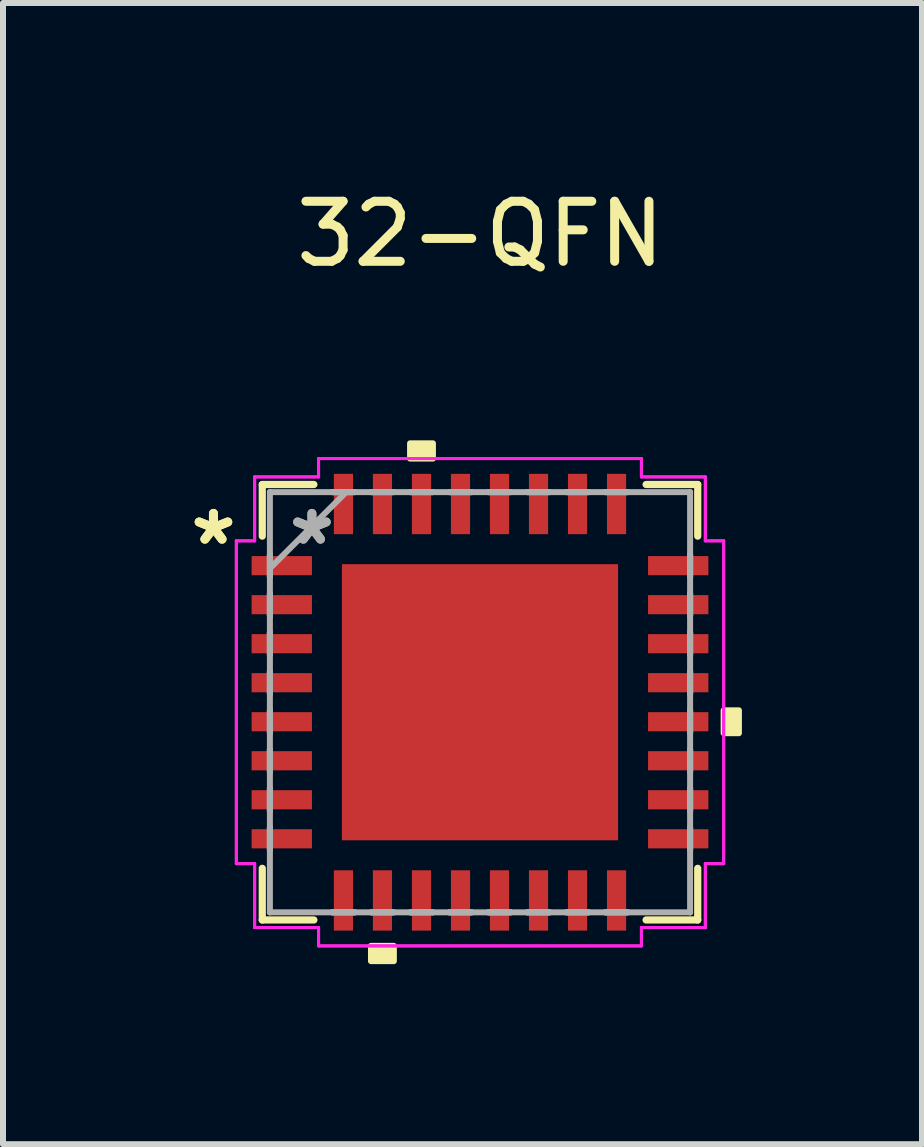
<source format=kicad_pcb>
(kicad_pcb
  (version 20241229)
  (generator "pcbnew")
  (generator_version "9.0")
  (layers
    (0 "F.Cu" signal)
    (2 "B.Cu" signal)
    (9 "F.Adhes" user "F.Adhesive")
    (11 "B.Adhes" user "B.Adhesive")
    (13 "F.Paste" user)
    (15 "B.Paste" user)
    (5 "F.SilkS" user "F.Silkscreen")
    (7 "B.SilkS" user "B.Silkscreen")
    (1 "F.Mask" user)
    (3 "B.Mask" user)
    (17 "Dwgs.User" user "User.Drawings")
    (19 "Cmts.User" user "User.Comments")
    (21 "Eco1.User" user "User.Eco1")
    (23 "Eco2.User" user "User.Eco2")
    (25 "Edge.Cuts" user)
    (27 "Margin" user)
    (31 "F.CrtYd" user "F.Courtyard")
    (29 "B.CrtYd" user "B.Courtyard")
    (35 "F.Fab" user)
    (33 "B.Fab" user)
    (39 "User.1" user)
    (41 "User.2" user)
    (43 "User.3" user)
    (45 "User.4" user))
  (footprint "32-QFN"
    (layer "F.Cu")
    (at 4.946 8.648)
    (property "Reference" "32-QFN" (at 0.005 -7.8 0) (layer "F.SilkS") (effects (font (size 1 1) (thickness 0.15))))
    (attr through_hole)
    (fp_line (start -3.627 -3.627) (end -3.627 -2.767) (stroke (width 0.12) (type solid)) (layer "F.SilkS"))
    (fp_line (start -3.627 2.767) (end -3.627 3.627) (stroke (width 0.12) (type solid)) (layer "F.SilkS"))
    (fp_line (start -3.627 3.627) (end -2.767 3.627) (stroke (width 0.12) (type solid)) (layer "F.SilkS"))
    (fp_line (start -2.767 -3.627) (end -3.627 -3.627) (stroke (width 0.12) (type solid)) (layer "F.SilkS"))
    (fp_line (start 2.767 3.627) (end 3.627 3.627) (stroke (width 0.12) (type solid)) (layer "F.SilkS"))
    (fp_line (start 3.627 -3.627) (end 2.767 -3.627) (stroke (width 0.12) (type solid)) (layer "F.SilkS"))
    (fp_line (start 3.627 -2.767) (end 3.627 -3.627) (stroke (width 0.12) (type solid)) (layer "F.SilkS"))
    (fp_line (start 3.627 3.627) (end 3.627 2.767) (stroke (width 0.12) (type solid)) (layer "F.SilkS"))
    (fp_poly (pts (xy -1.816 4.059) (xy -1.816 4.313) (xy -1.435 4.313) (xy -1.435 4.059)) (stroke (width 0.1) (type solid)) (fill yes) (layer "F.SilkS"))
    (fp_poly (pts (xy -1.165 -4.059) (xy -1.165 -4.313) (xy -0.784 -4.313) (xy -0.784 -4.059)) (stroke (width 0.1) (type solid)) (fill yes) (layer "F.SilkS"))
    (fp_poly (pts (xy 4.313 0.135) (xy 4.313 0.516) (xy 4.059 0.516) (xy 4.059 0.135)) (stroke (width 0.1) (type solid)) (fill yes) (layer "F.SilkS"))
    (fp_poly (pts (xy -2.2 -2.2) (xy -2.2 -0.867) (xy -0.867 -0.867) (xy -0.867 -2.2)) (stroke (width 0.1) (type solid)) (fill yes) (layer "F.Paste"))
    (fp_poly (pts (xy -2.2 -0.667) (xy -2.2 0.667) (xy -0.867 0.667) (xy -0.867 -0.667)) (stroke (width 0.1) (type solid)) (fill yes) (layer "F.Paste"))
    (fp_poly (pts (xy -2.2 0.867) (xy -2.2 2.2) (xy -0.867 2.2) (xy -0.867 0.867)) (stroke (width 0.1) (type solid)) (fill yes) (layer "F.Paste"))
    (fp_poly (pts (xy -0.667 -2.2) (xy -0.667 -0.867) (xy 0.667 -0.867) (xy 0.667 -2.2)) (stroke (width 0.1) (type solid)) (fill yes) (layer "F.Paste"))
    (fp_poly (pts (xy -0.667 -0.667) (xy -0.667 0.667) (xy 0.667 0.667) (xy 0.667 -0.667)) (stroke (width 0.1) (type solid)) (fill yes) (layer "F.Paste"))
    (fp_poly (pts (xy -0.667 0.867) (xy -0.667 2.2) (xy 0.667 2.2) (xy 0.667 0.867)) (stroke (width 0.1) (type solid)) (fill yes) (layer "F.Paste"))
    (fp_poly (pts (xy 0.867 -2.2) (xy 0.867 -0.867) (xy 2.2 -0.867) (xy 2.2 -2.2)) (stroke (width 0.1) (type solid)) (fill yes) (layer "F.Paste"))
    (fp_poly (pts (xy 0.867 -0.667) (xy 0.867 0.667) (xy 2.2 0.667) (xy 2.2 -0.667)) (stroke (width 0.1) (type solid)) (fill yes) (layer "F.Paste"))
    (fp_poly (pts (xy 0.867 0.867) (xy 0.867 2.2) (xy 2.2 2.2) (xy 2.2 0.867)) (stroke (width 0.1) (type solid)) (fill yes) (layer "F.Paste"))
    (fp_line (start -4.059 -2.689) (end -3.754 -2.689) (stroke (width 0.05) (type solid)) (layer "F.CrtYd"))
    (fp_line (start -4.059 -2.689) (end -3.754 -2.689) (stroke (width 0.05) (type solid)) (layer "F.CrtYd"))
    (fp_line (start -4.059 2.689) (end -4.059 -2.689) (stroke (width 0.05) (type solid)) (layer "F.CrtYd"))
    (fp_line (start -4.059 2.689) (end -4.059 -2.689) (stroke (width 0.05) (type solid)) (layer "F.CrtYd"))
    (fp_line (start -3.754 -3.754) (end -2.689 -3.754) (stroke (width 0.05) (type solid)) (layer "F.CrtYd"))
    (fp_line (start -3.754 -3.754) (end -2.689 -3.754) (stroke (width 0.05) (type solid)) (layer "F.CrtYd"))
    (fp_line (start -3.754 -2.689) (end -3.754 -3.754) (stroke (width 0.05) (type solid)) (layer "F.CrtYd"))
    (fp_line (start -3.754 -2.689) (end -3.754 -3.754) (stroke (width 0.05) (type solid)) (layer "F.CrtYd"))
    (fp_line (start -3.754 2.689) (end -4.059 2.689) (stroke (width 0.05) (type solid)) (layer "F.CrtYd"))
    (fp_line (start -3.754 2.689) (end -4.059 2.689) (stroke (width 0.05) (type solid)) (layer "F.CrtYd"))
    (fp_line (start -3.754 3.754) (end -3.754 2.689) (stroke (width 0.05) (type solid)) (layer "F.CrtYd"))
    (fp_line (start -3.754 3.754) (end -3.754 2.689) (stroke (width 0.05) (type solid)) (layer "F.CrtYd"))
    (fp_line (start -2.689 -4.059) (end 2.689 -4.059) (stroke (width 0.05) (type solid)) (layer "F.CrtYd"))
    (fp_line (start -2.689 -4.059) (end 2.689 -4.059) (stroke (width 0.05) (type solid)) (layer "F.CrtYd"))
    (fp_line (start -2.689 -3.754) (end -2.689 -4.059) (stroke (width 0.05) (type solid)) (layer "F.CrtYd"))
    (fp_line (start -2.689 -3.754) (end -2.689 -4.059) (stroke (width 0.05) (type solid)) (layer "F.CrtYd"))
    (fp_line (start -2.689 3.754) (end -3.754 3.754) (stroke (width 0.05) (type solid)) (layer "F.CrtYd"))
    (fp_line (start -2.689 3.754) (end -3.754 3.754) (stroke (width 0.05) (type solid)) (layer "F.CrtYd"))
    (fp_line (start -2.689 4.059) (end -2.689 3.754) (stroke (width 0.05) (type solid)) (layer "F.CrtYd"))
    (fp_line (start -2.689 4.059) (end -2.689 3.754) (stroke (width 0.05) (type solid)) (layer "F.CrtYd"))
    (fp_line (start 2.689 -4.059) (end 2.689 -3.754) (stroke (width 0.05) (type solid)) (layer "F.CrtYd"))
    (fp_line (start 2.689 -4.059) (end 2.689 -3.754) (stroke (width 0.05) (type solid)) (layer "F.CrtYd"))
    (fp_line (start 2.689 -3.754) (end 3.754 -3.754) (stroke (width 0.05) (type solid)) (layer "F.CrtYd"))
    (fp_line (start 2.689 -3.754) (end 3.754 -3.754) (stroke (width 0.05) (type solid)) (layer "F.CrtYd"))
    (fp_line (start 2.689 3.754) (end 2.689 4.059) (stroke (width 0.05) (type solid)) (layer "F.CrtYd"))
    (fp_line (start 2.689 3.754) (end 2.689 4.059) (stroke (width 0.05) (type solid)) (layer "F.CrtYd"))
    (fp_line (start 2.689 4.059) (end -2.689 4.059) (stroke (width 0.05) (type solid)) (layer "F.CrtYd"))
    (fp_line (start 2.689 4.059) (end -2.689 4.059) (stroke (width 0.05) (type solid)) (layer "F.CrtYd"))
    (fp_line (start 3.754 -3.754) (end 3.754 -2.689) (stroke (width 0.05) (type solid)) (layer "F.CrtYd"))
    (fp_line (start 3.754 -3.754) (end 3.754 -2.689) (stroke (width 0.05) (type solid)) (layer "F.CrtYd"))
    (fp_line (start 3.754 -2.689) (end 4.059 -2.689) (stroke (width 0.05) (type solid)) (layer "F.CrtYd"))
    (fp_line (start 3.754 -2.689) (end 4.059 -2.689) (stroke (width 0.05) (type solid)) (layer "F.CrtYd"))
    (fp_line (start 3.754 2.689) (end 3.754 3.754) (stroke (width 0.05) (type solid)) (layer "F.CrtYd"))
    (fp_line (start 3.754 2.689) (end 3.754 3.754) (stroke (width 0.05) (type solid)) (layer "F.CrtYd"))
    (fp_line (start 3.754 3.754) (end 2.689 3.754) (stroke (width 0.05) (type solid)) (layer "F.CrtYd"))
    (fp_line (start 3.754 3.754) (end 2.689 3.754) (stroke (width 0.05) (type solid)) (layer "F.CrtYd"))
    (fp_line (start 4.059 -2.689) (end 4.059 2.689) (stroke (width 0.05) (type solid)) (layer "F.CrtYd"))
    (fp_line (start 4.059 -2.689) (end 4.059 2.689) (stroke (width 0.05) (type solid)) (layer "F.CrtYd"))
    (fp_line (start 4.059 2.689) (end 3.754 2.689) (stroke (width 0.05) (type solid)) (layer "F.CrtYd"))
    (fp_line (start 4.059 2.689) (end 3.754 2.689) (stroke (width 0.05) (type solid)) (layer "F.CrtYd"))
    (fp_line (start -3.5 -3.5) (end -3.5 -3.5) (stroke (width 0.1) (type solid)) (layer "F.Fab"))
    (fp_line (start -3.5 -3.5) (end -3.5 3.5) (stroke (width 0.1) (type solid)) (layer "F.Fab"))
    (fp_line (start -3.5 -2.46) (end -3.5 -2.46) (stroke (width 0.1) (type solid)) (layer "F.Fab"))
    (fp_line (start -3.5 -2.46) (end -3.5 -2.09) (stroke (width 0.1) (type solid)) (layer "F.Fab"))
    (fp_line (start -3.5 -2.23) (end -2.23 -3.5) (stroke (width 0.1) (type solid)) (layer "F.Fab"))
    (fp_line (start -3.5 -2.09) (end -3.5 -2.46) (stroke (width 0.1) (type solid)) (layer "F.Fab"))
    (fp_line (start -3.5 -2.09) (end -3.5 -2.09) (stroke (width 0.1) (type solid)) (layer "F.Fab"))
    (fp_line (start -3.5 -1.81) (end -3.5 -1.81) (stroke (width 0.1) (type solid)) (layer "F.Fab"))
    (fp_line (start -3.5 -1.81) (end -3.5 -1.44) (stroke (width 0.1) (type solid)) (layer "F.Fab"))
    (fp_line (start -3.5 -1.44) (end -3.5 -1.81) (stroke (width 0.1) (type solid)) (layer "F.Fab"))
    (fp_line (start -3.5 -1.44) (end -3.5 -1.44) (stroke (width 0.1) (type solid)) (layer "F.Fab"))
    (fp_line (start -3.5 -1.16) (end -3.5 -1.16) (stroke (width 0.1) (type solid)) (layer "F.Fab"))
    (fp_line (start -3.5 -1.16) (end -3.5 -0.79) (stroke (width 0.1) (type solid)) (layer "F.Fab"))
    (fp_line (start -3.5 -0.79) (end -3.5 -1.16) (stroke (width 0.1) (type solid)) (layer "F.Fab"))
    (fp_line (start -3.5 -0.79) (end -3.5 -0.79) (stroke (width 0.1) (type solid)) (layer "F.Fab"))
    (fp_line (start -3.5 -0.51) (end -3.5 -0.51) (stroke (width 0.1) (type solid)) (layer "F.Fab"))
    (fp_line (start -3.5 -0.51) (end -3.5 -0.14) (stroke (width 0.1) (type solid)) (layer "F.Fab"))
    (fp_line (start -3.5 -0.14) (end -3.5 -0.51) (stroke (width 0.1) (type solid)) (layer "F.Fab"))
    (fp_line (start -3.5 -0.14) (end -3.5 -0.14) (stroke (width 0.1) (type solid)) (layer "F.Fab"))
    (fp_line (start -3.5 0.14) (end -3.5 0.14) (stroke (width 0.1) (type solid)) (layer "F.Fab"))
    (fp_line (start -3.5 0.14) (end -3.5 0.51) (stroke (width 0.1) (type solid)) (layer "F.Fab"))
    (fp_line (start -3.5 0.51) (end -3.5 0.14) (stroke (width 0.1) (type solid)) (layer "F.Fab"))
    (fp_line (start -3.5 0.51) (end -3.5 0.51) (stroke (width 0.1) (type solid)) (layer "F.Fab"))
    (fp_line (start -3.5 0.79) (end -3.5 0.79) (stroke (width 0.1) (type solid)) (layer "F.Fab"))
    (fp_line (start -3.5 0.79) (end -3.5 1.16) (stroke (width 0.1) (type solid)) (layer "F.Fab"))
    (fp_line (start -3.5 1.16) (end -3.5 0.79) (stroke (width 0.1) (type solid)) (layer "F.Fab"))
    (fp_line (start -3.5 1.16) (end -3.5 1.16) (stroke (width 0.1) (type solid)) (layer "F.Fab"))
    (fp_line (start -3.5 1.44) (end -3.5 1.44) (stroke (width 0.1) (type solid)) (layer "F.Fab"))
    (fp_line (start -3.5 1.44) (end -3.5 1.81) (stroke (width 0.1) (type solid)) (layer "F.Fab"))
    (fp_line (start -3.5 1.81) (end -3.5 1.44) (stroke (width 0.1) (type solid)) (layer "F.Fab"))
    (fp_line (start -3.5 1.81) (end -3.5 1.81) (stroke (width 0.1) (type solid)) (layer "F.Fab"))
    (fp_line (start -3.5 2.09) (end -3.5 2.09) (stroke (width 0.1) (type solid)) (layer "F.Fab"))
    (fp_line (start -3.5 2.09) (end -3.5 2.46) (stroke (width 0.1) (type solid)) (layer "F.Fab"))
    (fp_line (start -3.5 2.46) (end -3.5 2.09) (stroke (width 0.1) (type solid)) (layer "F.Fab"))
    (fp_line (start -3.5 2.46) (end -3.5 2.46) (stroke (width 0.1) (type solid)) (layer "F.Fab"))
    (fp_line (start -3.5 3.5) (end -3.5 3.5) (stroke (width 0.1) (type solid)) (layer "F.Fab"))
    (fp_line (start -3.5 3.5) (end 3.5 3.5) (stroke (width 0.1) (type solid)) (layer "F.Fab"))
    (fp_line (start -2.46 -3.5) (end -2.46 -3.5) (stroke (width 0.1) (type solid)) (layer "F.Fab"))
    (fp_line (start -2.46 -3.5) (end -2.09 -3.5) (stroke (width 0.1) (type solid)) (layer "F.Fab"))
    (fp_line (start -2.46 3.5) (end -2.46 3.5) (stroke (width 0.1) (type solid)) (layer "F.Fab"))
    (fp_line (start -2.46 3.5) (end -2.09 3.5) (stroke (width 0.1) (type solid)) (layer "F.Fab"))
    (fp_line (start -2.09 -3.5) (end -2.46 -3.5) (stroke (width 0.1) (type solid)) (layer "F.Fab"))
    (fp_line (start -2.09 -3.5) (end -2.09 -3.5) (stroke (width 0.1) (type solid)) (layer "F.Fab"))
    (fp_line (start -2.09 3.5) (end -2.46 3.5) (stroke (width 0.1) (type solid)) (layer "F.Fab"))
    (fp_line (start -2.09 3.5) (end -2.09 3.5) (stroke (width 0.1) (type solid)) (layer "F.Fab"))
    (fp_line (start -1.81 -3.5) (end -1.81 -3.5) (stroke (width 0.1) (type solid)) (layer "F.Fab"))
    (fp_line (start -1.81 -3.5) (end -1.44 -3.5) (stroke (width 0.1) (type solid)) (layer "F.Fab"))
    (fp_line (start -1.81 3.5) (end -1.81 3.5) (stroke (width 0.1) (type solid)) (layer "F.Fab"))
    (fp_line (start -1.81 3.5) (end -1.44 3.5) (stroke (width 0.1) (type solid)) (layer "F.Fab"))
    (fp_line (start -1.44 -3.5) (end -1.81 -3.5) (stroke (width 0.1) (type solid)) (layer "F.Fab"))
    (fp_line (start -1.44 -3.5) (end -1.44 -3.5) (stroke (width 0.1) (type solid)) (layer "F.Fab"))
    (fp_line (start -1.44 3.5) (end -1.81 3.5) (stroke (width 0.1) (type solid)) (layer "F.Fab"))
    (fp_line (start -1.44 3.5) (end -1.44 3.5) (stroke (width 0.1) (type solid)) (layer "F.Fab"))
    (fp_line (start -1.16 -3.5) (end -1.16 -3.5) (stroke (width 0.1) (type solid)) (layer "F.Fab"))
    (fp_line (start -1.16 -3.5) (end -0.79 -3.5) (stroke (width 0.1) (type solid)) (layer "F.Fab"))
    (fp_line (start -1.16 3.5) (end -1.16 3.5) (stroke (width 0.1) (type solid)) (layer "F.Fab"))
    (fp_line (start -1.16 3.5) (end -0.79 3.5) (stroke (width 0.1) (type solid)) (layer "F.Fab"))
    (fp_line (start -0.79 -3.5) (end -1.16 -3.5) (stroke (width 0.1) (type solid)) (layer "F.Fab"))
    (fp_line (start -0.79 -3.5) (end -0.79 -3.5) (stroke (width 0.1) (type solid)) (layer "F.Fab"))
    (fp_line (start -0.79 3.5) (end -1.16 3.5) (stroke (width 0.1) (type solid)) (layer "F.Fab"))
    (fp_line (start -0.79 3.5) (end -0.79 3.5) (stroke (width 0.1) (type solid)) (layer "F.Fab"))
    (fp_line (start -0.51 -3.5) (end -0.51 -3.5) (stroke (width 0.1) (type solid)) (layer "F.Fab"))
    (fp_line (start -0.51 -3.5) (end -0.14 -3.5) (stroke (width 0.1) (type solid)) (layer "F.Fab"))
    (fp_line (start -0.51 3.5) (end -0.51 3.5) (stroke (width 0.1) (type solid)) (layer "F.Fab"))
    (fp_line (start -0.51 3.5) (end -0.14 3.5) (stroke (width 0.1) (type solid)) (layer "F.Fab"))
    (fp_line (start -0.14 -3.5) (end -0.51 -3.5) (stroke (width 0.1) (type solid)) (layer "F.Fab"))
    (fp_line (start -0.14 -3.5) (end -0.14 -3.5) (stroke (width 0.1) (type solid)) (layer "F.Fab"))
    (fp_line (start -0.14 3.5) (end -0.51 3.5) (stroke (width 0.1) (type solid)) (layer "F.Fab"))
    (fp_line (start -0.14 3.5) (end -0.14 3.5) (stroke (width 0.1) (type solid)) (layer "F.Fab"))
    (fp_line (start 0.14 -3.5) (end 0.14 -3.5) (stroke (width 0.1) (type solid)) (layer "F.Fab"))
    (fp_line (start 0.14 -3.5) (end 0.51 -3.5) (stroke (width 0.1) (type solid)) (layer "F.Fab"))
    (fp_line (start 0.14 3.5) (end 0.14 3.5) (stroke (width 0.1) (type solid)) (layer "F.Fab"))
    (fp_line (start 0.14 3.5) (end 0.51 3.5) (stroke (width 0.1) (type solid)) (layer "F.Fab"))
    (fp_line (start 0.51 -3.5) (end 0.14 -3.5) (stroke (width 0.1) (type solid)) (layer "F.Fab"))
    (fp_line (start 0.51 -3.5) (end 0.51 -3.5) (stroke (width 0.1) (type solid)) (layer "F.Fab"))
    (fp_line (start 0.51 3.5) (end 0.14 3.5) (stroke (width 0.1) (type solid)) (layer "F.Fab"))
    (fp_line (start 0.51 3.5) (end 0.51 3.5) (stroke (width 0.1) (type solid)) (layer "F.Fab"))
    (fp_line (start 0.79 -3.5) (end 0.79 -3.5) (stroke (width 0.1) (type solid)) (layer "F.Fab"))
    (fp_line (start 0.79 -3.5) (end 1.16 -3.5) (stroke (width 0.1) (type solid)) (layer "F.Fab"))
    (fp_line (start 0.79 3.5) (end 0.79 3.5) (stroke (width 0.1) (type solid)) (layer "F.Fab"))
    (fp_line (start 0.79 3.5) (end 1.16 3.5) (stroke (width 0.1) (type solid)) (layer "F.Fab"))
    (fp_line (start 1.16 -3.5) (end 0.79 -3.5) (stroke (width 0.1) (type solid)) (layer "F.Fab"))
    (fp_line (start 1.16 -3.5) (end 1.16 -3.5) (stroke (width 0.1) (type solid)) (layer "F.Fab"))
    (fp_line (start 1.16 3.5) (end 0.79 3.5) (stroke (width 0.1) (type solid)) (layer "F.Fab"))
    (fp_line (start 1.16 3.5) (end 1.16 3.5) (stroke (width 0.1) (type solid)) (layer "F.Fab"))
    (fp_line (start 1.44 -3.5) (end 1.44 -3.5) (stroke (width 0.1) (type solid)) (layer "F.Fab"))
    (fp_line (start 1.44 -3.5) (end 1.81 -3.5) (stroke (width 0.1) (type solid)) (layer "F.Fab"))
    (fp_line (start 1.44 3.5) (end 1.44 3.5) (stroke (width 0.1) (type solid)) (layer "F.Fab"))
    (fp_line (start 1.44 3.5) (end 1.81 3.5) (stroke (width 0.1) (type solid)) (layer "F.Fab"))
    (fp_line (start 1.81 -3.5) (end 1.44 -3.5) (stroke (width 0.1) (type solid)) (layer "F.Fab"))
    (fp_line (start 1.81 -3.5) (end 1.81 -3.5) (stroke (width 0.1) (type solid)) (layer "F.Fab"))
    (fp_line (start 1.81 3.5) (end 1.44 3.5) (stroke (width 0.1) (type solid)) (layer "F.Fab"))
    (fp_line (start 1.81 3.5) (end 1.81 3.5) (stroke (width 0.1) (type solid)) (layer "F.Fab"))
    (fp_line (start 2.09 -3.5) (end 2.09 -3.5) (stroke (width 0.1) (type solid)) (layer "F.Fab"))
    (fp_line (start 2.09 -3.5) (end 2.46 -3.5) (stroke (width 0.1) (type solid)) (layer "F.Fab"))
    (fp_line (start 2.09 3.5) (end 2.09 3.5) (stroke (width 0.1) (type solid)) (layer "F.Fab"))
    (fp_line (start 2.09 3.5) (end 2.46 3.5) (stroke (width 0.1) (type solid)) (layer "F.Fab"))
    (fp_line (start 2.46 -3.5) (end 2.09 -3.5) (stroke (width 0.1) (type solid)) (layer "F.Fab"))
    (fp_line (start 2.46 -3.5) (end 2.46 -3.5) (stroke (width 0.1) (type solid)) (layer "F.Fab"))
    (fp_line (start 2.46 3.5) (end 2.09 3.5) (stroke (width 0.1) (type solid)) (layer "F.Fab"))
    (fp_line (start 2.46 3.5) (end 2.46 3.5) (stroke (width 0.1) (type solid)) (layer "F.Fab"))
    (fp_line (start 3.5 -3.5) (end -3.5 -3.5) (stroke (width 0.1) (type solid)) (layer "F.Fab"))
    (fp_line (start 3.5 -3.5) (end 3.5 -3.5) (stroke (width 0.1) (type solid)) (layer "F.Fab"))
    (fp_line (start 3.5 -2.46) (end 3.5 -2.46) (stroke (width 0.1) (type solid)) (layer "F.Fab"))
    (fp_line (start 3.5 -2.46) (end 3.5 -2.09) (stroke (width 0.1) (type solid)) (layer "F.Fab"))
    (fp_line (start 3.5 -2.09) (end 3.5 -2.46) (stroke (width 0.1) (type solid)) (layer "F.Fab"))
    (fp_line (start 3.5 -2.09) (end 3.5 -2.09) (stroke (width 0.1) (type solid)) (layer "F.Fab"))
    (fp_line (start 3.5 -1.81) (end 3.5 -1.81) (stroke (width 0.1) (type solid)) (layer "F.Fab"))
    (fp_line (start 3.5 -1.81) (end 3.5 -1.44) (stroke (width 0.1) (type solid)) (layer "F.Fab"))
    (fp_line (start 3.5 -1.44) (end 3.5 -1.81) (stroke (width 0.1) (type solid)) (layer "F.Fab"))
    (fp_line (start 3.5 -1.44) (end 3.5 -1.44) (stroke (width 0.1) (type solid)) (layer "F.Fab"))
    (fp_line (start 3.5 -1.16) (end 3.5 -1.16) (stroke (width 0.1) (type solid)) (layer "F.Fab"))
    (fp_line (start 3.5 -1.16) (end 3.5 -0.79) (stroke (width 0.1) (type solid)) (layer "F.Fab"))
    (fp_line (start 3.5 -0.79) (end 3.5 -1.16) (stroke (width 0.1) (type solid)) (layer "F.Fab"))
    (fp_line (start 3.5 -0.79) (end 3.5 -0.79) (stroke (width 0.1) (type solid)) (layer "F.Fab"))
    (fp_line (start 3.5 -0.51) (end 3.5 -0.51) (stroke (width 0.1) (type solid)) (layer "F.Fab"))
    (fp_line (start 3.5 -0.51) (end 3.5 -0.14) (stroke (width 0.1) (type solid)) (layer "F.Fab"))
    (fp_line (start 3.5 -0.14) (end 3.5 -0.51) (stroke (width 0.1) (type solid)) (layer "F.Fab"))
    (fp_line (start 3.5 -0.14) (end 3.5 -0.14) (stroke (width 0.1) (type solid)) (layer "F.Fab"))
    (fp_line (start 3.5 0.14) (end 3.5 0.14) (stroke (width 0.1) (type solid)) (layer "F.Fab"))
    (fp_line (start 3.5 0.14) (end 3.5 0.51) (stroke (width 0.1) (type solid)) (layer "F.Fab"))
    (fp_line (start 3.5 0.51) (end 3.5 0.14) (stroke (width 0.1) (type solid)) (layer "F.Fab"))
    (fp_line (start 3.5 0.51) (end 3.5 0.51) (stroke (width 0.1) (type solid)) (layer "F.Fab"))
    (fp_line (start 3.5 0.79) (end 3.5 0.79) (stroke (width 0.1) (type solid)) (layer "F.Fab"))
    (fp_line (start 3.5 0.79) (end 3.5 1.16) (stroke (width 0.1) (type solid)) (layer "F.Fab"))
    (fp_line (start 3.5 1.16) (end 3.5 0.79) (stroke (width 0.1) (type solid)) (layer "F.Fab"))
    (fp_line (start 3.5 1.16) (end 3.5 1.16) (stroke (width 0.1) (type solid)) (layer "F.Fab"))
    (fp_line (start 3.5 1.44) (end 3.5 1.44) (stroke (width 0.1) (type solid)) (layer "F.Fab"))
    (fp_line (start 3.5 1.44) (end 3.5 1.81) (stroke (width 0.1) (type solid)) (layer "F.Fab"))
    (fp_line (start 3.5 1.81) (end 3.5 1.44) (stroke (width 0.1) (type solid)) (layer "F.Fab"))
    (fp_line (start 3.5 1.81) (end 3.5 1.81) (stroke (width 0.1) (type solid)) (layer "F.Fab"))
    (fp_line (start 3.5 2.09) (end 3.5 2.09) (stroke (width 0.1) (type solid)) (layer "F.Fab"))
    (fp_line (start 3.5 2.09) (end 3.5 2.46) (stroke (width 0.1) (type solid)) (layer "F.Fab"))
    (fp_line (start 3.5 2.46) (end 3.5 2.09) (stroke (width 0.1) (type solid)) (layer "F.Fab"))
    (fp_line (start 3.5 2.46) (end 3.5 2.46) (stroke (width 0.1) (type solid)) (layer "F.Fab"))
    (fp_line (start 3.5 3.5) (end 3.5 -3.5) (stroke (width 0.1) (type solid)) (layer "F.Fab"))
    (fp_line (start 3.5 3.5) (end 3.5 3.5) (stroke (width 0.1) (type solid)) (layer "F.Fab"))
    (fp_text user "*" (at -4.44 -2.6 0) (layer "F.SilkS") (effects (font (size 1 1) (thickness 0.15))))
    (fp_text user "*" (at -4.44 -2.6 0) (layer "F.SilkS") (effects (font (size 1 1) (thickness 0.15))))
    (fp_text user "*" (at -2.8 -2.6 0) (layer "F.Fab") (effects (font (size 1 1) (thickness 0.15))))
    (fp_text user "*" (at -2.8 -2.6 0) (layer "F.Fab") (effects (font (size 1 1) (thickness 0.15))))
    (pad "1" smd rect (at -3.302 -2.275 90) (size 0.319 1.005) (layers "F.Cu" "F.Mask" "F.Paste"))
    (pad "2" smd rect (at -3.302 -1.625 90) (size 0.319 1.005) (layers "F.Cu" "F.Mask" "F.Paste"))
    (pad "3" smd rect (at -3.302 -0.975 90) (size 0.319 1.005) (layers "F.Cu" "F.Mask" "F.Paste"))
    (pad "4" smd rect (at -3.302 -0.325 90) (size 0.319 1.005) (layers "F.Cu" "F.Mask" "F.Paste"))
    (pad "5" smd rect (at -3.302 0.325 90) (size 0.319 1.005) (layers "F.Cu" "F.Mask" "F.Paste"))
    (pad "6" smd rect (at -3.302 0.975 90) (size 0.319 1.005) (layers "F.Cu" "F.Mask" "F.Paste"))
    (pad "7" smd rect (at -3.302 1.625 90) (size 0.319 1.005) (layers "F.Cu" "F.Mask" "F.Paste"))
    (pad "8" smd rect (at -3.302 2.275 90) (size 0.319 1.005) (layers "F.Cu" "F.Mask" "F.Paste"))
    (pad "9" smd rect (at -2.275 3.302) (size 0.319 1.005) (layers "F.Cu" "F.Mask" "F.Paste"))
    (pad "10" smd rect (at -1.625 3.302) (size 0.319 1.005) (layers "F.Cu" "F.Mask" "F.Paste"))
    (pad "11" smd rect (at -0.975 3.302) (size 0.319 1.005) (layers "F.Cu" "F.Mask" "F.Paste"))
    (pad "12" smd rect (at -0.325 3.302) (size 0.319 1.005) (layers "F.Cu" "F.Mask" "F.Paste"))
    (pad "13" smd rect (at 0.325 3.302) (size 0.319 1.005) (layers "F.Cu" "F.Mask" "F.Paste"))
    (pad "14" smd rect (at 0.975 3.302) (size 0.319 1.005) (layers "F.Cu" "F.Mask" "F.Paste"))
    (pad "15" smd rect (at 1.625 3.302) (size 0.319 1.005) (layers "F.Cu" "F.Mask" "F.Paste"))
    (pad "16" smd rect (at 2.275 3.302) (size 0.319 1.005) (layers "F.Cu" "F.Mask" "F.Paste"))
    (pad "17" smd rect (at 3.302 2.275 90) (size 0.319 1.005) (layers "F.Cu" "F.Mask" "F.Paste"))
    (pad "18" smd rect (at 3.302 1.625 90) (size 0.319 1.005) (layers "F.Cu" "F.Mask" "F.Paste"))
    (pad "19" smd rect (at 3.302 0.975 90) (size 0.319 1.005) (layers "F.Cu" "F.Mask" "F.Paste"))
    (pad "20" smd rect (at 3.302 0.325 90) (size 0.319 1.005) (layers "F.Cu" "F.Mask" "F.Paste"))
    (pad "21" smd rect (at 3.302 -0.325 90) (size 0.319 1.005) (layers "F.Cu" "F.Mask" "F.Paste"))
    (pad "22" smd rect (at 3.302 -0.975 90) (size 0.319 1.005) (layers "F.Cu" "F.Mask" "F.Paste"))
    (pad "23" smd rect (at 3.302 -1.625 90) (size 0.319 1.005) (layers "F.Cu" "F.Mask" "F.Paste"))
    (pad "24" smd rect (at 3.302 -2.275 90) (size 0.319 1.005) (layers "F.Cu" "F.Mask" "F.Paste"))
    (pad "25" smd rect (at 2.275 -3.302) (size 0.319 1.005) (layers "F.Cu" "F.Mask" "F.Paste"))
    (pad "26" smd rect (at 1.625 -3.302) (size 0.319 1.005) (layers "F.Cu" "F.Mask" "F.Paste"))
    (pad "27" smd rect (at 0.975 -3.302) (size 0.319 1.005) (layers "F.Cu" "F.Mask" "F.Paste"))
    (pad "28" smd rect (at 0.325 -3.302) (size 0.319 1.005) (layers "F.Cu" "F.Mask" "F.Paste"))
    (pad "29" smd rect (at -0.325 -3.302) (size 0.319 1.005) (layers "F.Cu" "F.Mask" "F.Paste"))
    (pad "30" smd rect (at -0.975 -3.302) (size 0.319 1.005) (layers "F.Cu" "F.Mask" "F.Paste"))
    (pad "31" smd rect (at -1.625 -3.302) (size 0.319 1.005) (layers "F.Cu" "F.Mask" "F.Paste"))
    (pad "32" smd rect (at -2.275 -3.302) (size 0.319 1.005) (layers "F.Cu" "F.Mask" "F.Paste"))
    (pad "33" smd rect (at 0 0) (size 4.6 4.6) (layers "F.Cu" "F.Mask")))
  (gr_rect
    (start -3 -3)
    (end 12.309 16.011)
    (stroke (width 0.1) (type default))
    (fill no)
    (layer "Edge.Cuts")))
</source>
